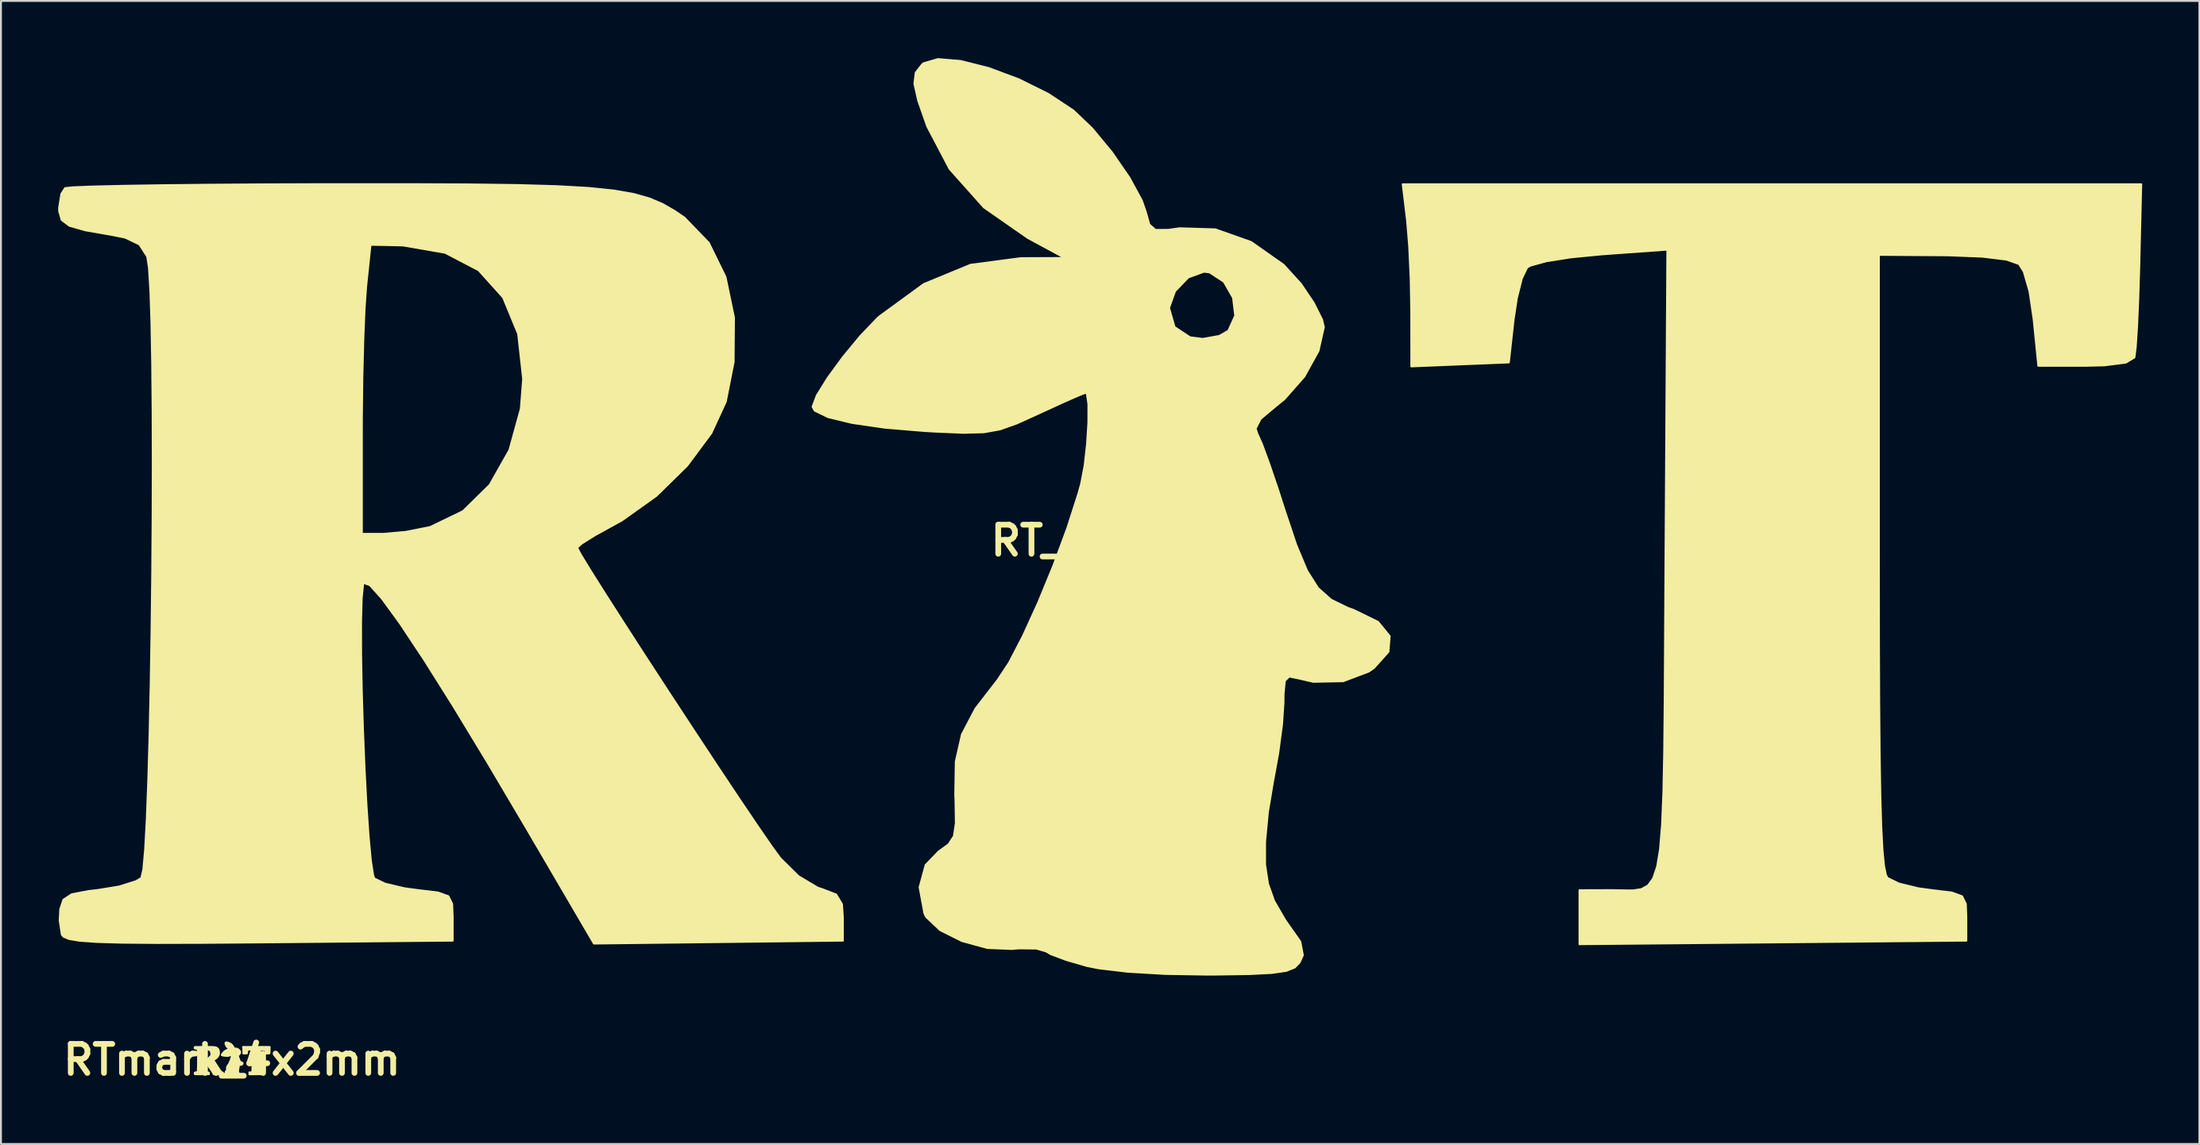
<source format=kicad_pcb>
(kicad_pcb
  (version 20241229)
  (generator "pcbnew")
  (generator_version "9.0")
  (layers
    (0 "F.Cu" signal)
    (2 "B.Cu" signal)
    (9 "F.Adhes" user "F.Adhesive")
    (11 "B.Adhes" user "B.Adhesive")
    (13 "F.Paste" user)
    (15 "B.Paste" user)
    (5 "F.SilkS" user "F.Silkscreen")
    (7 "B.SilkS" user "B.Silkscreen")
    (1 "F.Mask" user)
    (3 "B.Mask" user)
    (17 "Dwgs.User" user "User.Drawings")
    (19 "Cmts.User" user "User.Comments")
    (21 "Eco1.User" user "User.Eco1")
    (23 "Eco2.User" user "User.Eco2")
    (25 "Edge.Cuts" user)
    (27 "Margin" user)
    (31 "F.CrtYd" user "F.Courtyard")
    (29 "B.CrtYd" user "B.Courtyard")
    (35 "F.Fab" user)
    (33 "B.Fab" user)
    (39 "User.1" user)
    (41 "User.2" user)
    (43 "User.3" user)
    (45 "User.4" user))
  (footprint "RTmark_4x2mm"
    (layer "F.Cu")
    (at 9.115 52.558)
    (property "Reference" "RTmark_4x2mm" (at 0 0 0) (layer "F.SilkS") (effects (font (size 1.524 1.524) (thickness 0.3))))
    (attr through_hole)
    (fp_poly (pts (xy 1.975 -0.673) (xy 1.971 -0.518) (xy 1.969 -0.456) (xy 1.967 -0.403) (xy 1.964 -0.365) (xy 1.962 -0.346) (xy 1.962 -0.346) (xy 1.946 -0.336) (xy 1.905 -0.331) (xy 1.869 -0.33) (xy 1.781 -0.33) (xy 1.772 -0.419) (xy 1.764 -0.471) (xy 1.753 -0.508) (xy 1.744 -0.523) (xy 1.72 -0.531) (xy 1.675 -0.536) (xy 1.61 -0.539) (xy 1.602 -0.539) (xy 1.48 -0.54) (xy 1.48 0.041) (xy 1.48 0.184) (xy 1.48 0.304) (xy 1.481 0.402) (xy 1.482 0.48) (xy 1.484 0.54) (xy 1.486 0.584) (xy 1.489 0.614) (xy 1.493 0.631) (xy 1.496 0.637) (xy 1.517 0.648) (xy 1.554 0.657) (xy 1.578 0.66) (xy 1.617 0.665) (xy 1.637 0.672) (xy 1.644 0.686) (xy 1.645 0.711) (xy 1.645 0.756) (xy 1.28 0.759) (xy 0.914 0.762) (xy 0.914 0.711) (xy 0.914 0.66) (xy 0.975 0.66) (xy 0.997 0.661) (xy 1.016 0.661) (xy 1.031 0.658) (xy 1.044 0.651) (xy 1.054 0.638) (xy 1.061 0.615) (xy 1.066 0.582) (xy 1.07 0.536) (xy 1.073 0.475) (xy 1.074 0.397) (xy 1.075 0.3) (xy 1.076 0.181) (xy 1.077 0.043) (xy 1.08 -0.55) (xy 0.956 -0.541) (xy 0.898 -0.535) (xy 0.851 -0.528) (xy 0.822 -0.519) (xy 0.815 -0.516) (xy 0.806 -0.495) (xy 0.796 -0.458) (xy 0.79 -0.418) (xy 0.781 -0.337) (xy 0.689 -0.333) (xy 0.597 -0.329) (xy 0.597 -0.434) (xy 0.596 -0.494) (xy 0.593 -0.555) (xy 0.589 -0.603) (xy 0.589 -0.606) (xy 0.581 -0.673) (xy 1.278 -0.673) (xy 1.975 -0.673)) (stroke (width 0.1) (type solid)) (fill yes) (layer "F.SilkS"))
    (fp_poly (pts (xy -0.476 0.756) (xy -0.711 0.758) (xy -0.946 0.761) (xy -1.073 0.544) (xy -1.08 0.533) (xy -1.08 -0.305) (xy -1.089 -0.39) (xy -1.118 -0.459) (xy -1.164 -0.511) (xy -1.227 -0.544) (xy -1.307 -0.558) (xy -1.316 -0.558) (xy -1.368 -0.559) (xy -1.376 -0.481) (xy -1.379 -0.44) (xy -1.382 -0.38) (xy -1.383 -0.309) (xy -1.384 -0.234) (xy -1.384 -0.208) (xy -1.384 -0.013) (xy -1.343 -0.013) (xy -1.302 -0.016) (xy -1.257 -0.025) (xy -1.255 -0.026) (xy -1.193 -0.056) (xy -1.143 -0.105) (xy -1.106 -0.171) (xy -1.084 -0.249) (xy -1.08 -0.305) (xy -1.08 0.533) (xy -1.147 0.419) (xy -1.212 0.312) (xy -1.267 0.225) (xy -1.312 0.157) (xy -1.346 0.11) (xy -1.369 0.084) (xy -1.381 0.08) (xy -1.382 0.083) (xy -1.385 0.109) (xy -1.386 0.155) (xy -1.386 0.214) (xy -1.384 0.283) (xy -1.382 0.356) (xy -1.379 0.43) (xy -1.376 0.499) (xy -1.372 0.559) (xy -1.367 0.605) (xy -1.363 0.633) (xy -1.361 0.638) (xy -1.34 0.648) (xy -1.304 0.657) (xy -1.279 0.66) (xy -1.241 0.665) (xy -1.221 0.672) (xy -1.214 0.686) (xy -1.213 0.711) (xy -1.213 0.756) (xy -1.578 0.759) (xy -1.686 0.76) (xy -1.772 0.76) (xy -1.837 0.76) (xy -1.884 0.758) (xy -1.917 0.756) (xy -1.937 0.752) (xy -1.948 0.748) (xy -1.951 0.744) (xy -1.955 0.717) (xy -1.954 0.696) (xy -1.948 0.678) (xy -1.932 0.668) (xy -1.9 0.662) (xy -1.883 0.66) (xy -1.842 0.653) (xy -1.811 0.643) (xy -1.801 0.637) (xy -1.797 0.621) (xy -1.793 0.583) (xy -1.79 0.526) (xy -1.787 0.452) (xy -1.785 0.366) (xy -1.783 0.27) (xy -1.781 0.167) (xy -1.78 0.061) (xy -1.779 -0.045) (xy -1.779 -0.149) (xy -1.779 -0.247) (xy -1.78 -0.335) (xy -1.782 -0.412) (xy -1.784 -0.473) (xy -1.786 -0.516) (xy -1.79 -0.537) (xy -1.804 -0.559) (xy -1.831 -0.572) (xy -1.857 -0.578) (xy -1.906 -0.586) (xy -1.936 -0.595) (xy -1.951 -0.606) (xy -1.956 -0.622) (xy -1.956 -0.629) (xy -1.952 -0.655) (xy -1.945 -0.666) (xy -1.93 -0.667) (xy -1.892 -0.669) (xy -1.835 -0.67) (xy -1.761 -0.671) (xy -1.672 -0.672) (xy -1.573 -0.673) (xy -1.464 -0.673) (xy -1.433 -0.673) (xy -1.297 -0.673) (xy -1.184 -0.673) (xy -1.091 -0.672) (xy -1.016 -0.67) (xy -0.956 -0.666) (xy -0.909 -0.661) (xy -0.871 -0.655) (xy -0.841 -0.646) (xy -0.816 -0.636) (xy -0.793 -0.622) (xy -0.775 -0.61) (xy -0.729 -0.562) (xy -0.698 -0.498) (xy -0.682 -0.421) (xy -0.682 -0.338) (xy -0.697 -0.262) (xy -0.725 -0.203) (xy -0.77 -0.142) (xy -0.828 -0.085) (xy -0.893 -0.038) (xy -0.908 -0.03) (xy -0.944 -0.01) (xy -0.97 0.006) (xy -0.978 0.013) (xy -0.971 0.026) (xy -0.953 0.057) (xy -0.924 0.102) (xy -0.888 0.158) (xy -0.847 0.221) (xy -0.803 0.289) (xy -0.758 0.358) (xy -0.714 0.425) (xy -0.674 0.485) (xy -0.639 0.537) (xy -0.612 0.576) (xy -0.595 0.599) (xy -0.594 0.6) (xy -0.56 0.634) (xy -0.524 0.656) (xy -0.517 0.658) (xy -0.489 0.669) (xy -0.478 0.687) (xy -0.476 0.712) (xy -0.476 0.756)) (stroke (width 0.1) (type solid)) (fill yes) (layer "F.SilkS"))
    (fp_poly (pts (xy 0.556 0.18) (xy 0.554 0.21) (xy 0.526 0.24) (xy 0.517 0.247) (xy 0.468 0.266) (xy 0.412 0.267) (xy 0.384 0.26) (xy 0.366 0.257) (xy 0.358 0.265) (xy 0.356 0.29) (xy 0.356 0.306) (xy 0.353 0.347) (xy 0.346 0.401) (xy 0.336 0.457) (xy 0.335 0.457) (xy 0.326 0.513) (xy 0.321 0.569) (xy 0.321 0.612) (xy 0.321 0.612) (xy 0.326 0.648) (xy 0.338 0.681) (xy 0.359 0.717) (xy 0.387 0.757) (xy 0.392 0.783) (xy 0.386 0.797) (xy 0.377 0.806) (xy 0.361 0.813) (xy 0.334 0.817) (xy 0.29 0.819) (xy 0.264 0.819) (xy 0.264 -0.425) (xy 0.26 -0.459) (xy 0.243 -0.489) (xy 0.216 -0.507) (xy 0.205 -0.508) (xy 0.176 -0.497) (xy 0.151 -0.471) (xy 0.14 -0.44) (xy 0.14 -0.439) (xy 0.15 -0.403) (xy 0.179 -0.384) (xy 0.203 -0.381) (xy 0.234 -0.387) (xy 0.251 -0.396) (xy 0.264 -0.425) (xy 0.264 0.819) (xy 0.227 0.82) (xy 0.212 0.82) (xy 0.133 0.819) (xy 0.062 0.814) (xy 0.006 0.808) (xy -0.016 0.803) (xy -0.055 0.792) (xy -0.084 0.781) (xy -0.093 0.776) (xy -0.111 0.771) (xy -0.144 0.77) (xy -0.157 0.771) (xy -0.203 0.769) (xy -0.251 0.757) (xy -0.292 0.736) (xy -0.319 0.711) (xy -0.322 0.704) (xy -0.331 0.655) (xy -0.32 0.613) (xy -0.295 0.587) (xy -0.277 0.574) (xy -0.267 0.558) (xy -0.263 0.534) (xy -0.264 0.493) (xy -0.264 0.48) (xy -0.263 0.417) (xy -0.251 0.366) (xy -0.226 0.318) (xy -0.184 0.263) (xy -0.162 0.231) (xy -0.136 0.18) (xy -0.107 0.116) (xy -0.078 0.046) (xy -0.052 -0.024) (xy -0.031 -0.089) (xy -0.026 -0.108) (xy -0.02 -0.141) (xy -0.015 -0.182) (xy -0.013 -0.224) (xy -0.013 -0.258) (xy -0.016 -0.277) (xy -0.018 -0.279) (xy -0.031 -0.274) (xy -0.061 -0.261) (xy -0.101 -0.243) (xy -0.108 -0.239) (xy -0.148 -0.221) (xy -0.179 -0.21) (xy -0.21 -0.205) (xy -0.248 -0.204) (xy -0.301 -0.206) (xy -0.322 -0.207) (xy -0.397 -0.213) (xy -0.459 -0.222) (xy -0.504 -0.233) (xy -0.529 -0.245) (xy -0.533 -0.253) (xy -0.525 -0.274) (xy -0.505 -0.307) (xy -0.476 -0.347) (xy -0.443 -0.386) (xy -0.412 -0.419) (xy -0.407 -0.424) (xy -0.323 -0.485) (xy -0.235 -0.521) (xy -0.141 -0.534) (xy -0.14 -0.534) (xy -0.057 -0.534) (xy -0.127 -0.572) (xy -0.21 -0.63) (xy -0.275 -0.702) (xy -0.317 -0.783) (xy -0.334 -0.832) (xy -0.341 -0.863) (xy -0.339 -0.884) (xy -0.327 -0.899) (xy -0.324 -0.902) (xy -0.297 -0.91) (xy -0.254 -0.906) (xy -0.201 -0.893) (xy -0.144 -0.871) (xy -0.089 -0.844) (xy -0.041 -0.812) (xy -0.006 -0.779) (xy 0.031 -0.734) (xy 0.064 -0.686) (xy 0.088 -0.643) (xy 0.096 -0.621) (xy 0.102 -0.597) (xy 0.114 -0.587) (xy 0.138 -0.587) (xy 0.159 -0.59) (xy 0.227 -0.588) (xy 0.294 -0.564) (xy 0.356 -0.521) (xy 0.388 -0.485) (xy 0.412 -0.449) (xy 0.428 -0.418) (xy 0.432 -0.403) (xy 0.422 -0.358) (xy 0.395 -0.31) (xy 0.357 -0.267) (xy 0.342 -0.255) (xy 0.312 -0.23) (xy 0.303 -0.212) (xy 0.306 -0.202) (xy 0.315 -0.183) (xy 0.328 -0.145) (xy 0.345 -0.096) (xy 0.357 -0.061) (xy 0.38 0.008) (xy 0.4 0.057) (xy 0.421 0.09) (xy 0.445 0.112) (xy 0.477 0.127) (xy 0.488 0.131) (xy 0.534 0.154) (xy 0.556 0.18)) (stroke (width 0.1) (type solid)) (fill yes) (layer "F.SilkS")))
  (footprint "RT_mark2"
    (layer "F.Cu")
    (at 54.378 25.316)
    (property "Reference" "RT_mark2" (at 0 0 0) (layer "F.SilkS") (effects (font (size 1.524 1.524) (thickness 0.3))))
    (attr through_hole)
    (fp_poly (pts (xy 54.857 -18.698) (xy 54.754 -14.376) (xy 54.702 -12.672) (xy 54.637 -11.208) (xy 54.568 -10.138) (xy 54.501 -9.617) (xy 54.5 -9.613) (xy 54.05 -9.339) (xy 52.925 -9.196) (xy 51.905 -9.172) (xy 49.46 -9.172) (xy 49.214 -11.627) (xy 48.997 -13.08) (xy 48.698 -14.113) (xy 48.445 -14.515) (xy 47.792 -14.744) (xy 46.523 -14.899) (xy 44.729 -14.969) (xy 44.511 -14.971) (xy 41.099 -14.993) (xy 41.099 1.129) (xy 41.103 5.111) (xy 41.116 8.439) (xy 41.14 11.165) (xy 41.175 13.338) (xy 41.224 15.011) (xy 41.288 16.235) (xy 41.368 17.061) (xy 41.465 17.54) (xy 41.548 17.701) (xy 42.141 17.992) (xy 43.16 18.241) (xy 43.841 18.335) (xy 44.913 18.464) (xy 45.46 18.66) (xy 45.658 19.06) (xy 45.685 19.756) (xy 45.685 20.99) (xy 35.542 21.084) (xy 25.4 21.177) (xy 25.4 19.761) (xy 25.4 18.344) (xy 27.076 18.339) (xy 27.701 18.351) (xy 28.224 18.353) (xy 28.652 18.286) (xy 28.997 18.093) (xy 29.268 17.716) (xy 29.474 17.096) (xy 29.625 16.175) (xy 29.73 14.896) (xy 29.799 13.2) (xy 29.842 11.03) (xy 29.868 8.326) (xy 29.887 5.032) (xy 29.908 1.199) (xy 30.007 -15.268) (xy 26.557 -15.019) (xy 24.943 -14.862) (xy 23.647 -14.656) (xy 22.825 -14.428) (xy 22.651 -14.326) (xy 22.377 -13.758) (xy 22.116 -12.725) (xy 21.946 -11.614) (xy 21.696 -9.349) (xy 19.138 -9.245) (xy 16.581 -9.141) (xy 16.577 -12.067) (xy 16.547 -13.736) (xy 16.471 -15.406) (xy 16.364 -16.741) (xy 16.352 -16.845) (xy 16.13 -18.697) (xy 35.493 -18.698) (xy 54.857 -18.698)) (stroke (width 0.1) (type solid)) (fill yes) (layer "F.SilkS"))
    (fp_poly (pts (xy -13.229 20.99) (xy -19.756 21.067) (xy -26.282 21.143) (xy -29.81 15.113) (xy -29.994 14.802) (xy -29.994 -8.48) (xy -30.256 -10.846) (xy -31.043 -12.757) (xy -32.328 -14.186) (xy -34.087 -15.105) (xy -36.295 -15.488) (xy -36.55 -15.495) (xy -37.999 -15.522) (xy -38.226 -13.354) (xy -38.308 -12.21) (xy -38.376 -10.555) (xy -38.426 -8.582) (xy -38.451 -6.487) (xy -38.453 -5.769) (xy -38.453 -0.353) (xy -37.306 -0.355) (xy -36.154 -0.457) (xy -34.92 -0.701) (xy -34.851 -0.72) (xy -33.15 -1.543) (xy -31.748 -2.923) (xy -30.714 -4.751) (xy -30.116 -6.917) (xy -29.994 -8.48) (xy -29.994 14.802) (xy -31.87 11.629) (xy -33.669 8.664) (xy -35.196 6.236) (xy -36.439 4.362) (xy -37.387 3.057) (xy -38.03 2.338) (xy -38.356 2.221) (xy -38.388 2.293) (xy -38.462 3.038) (xy -38.495 4.298) (xy -38.492 5.946) (xy -38.457 7.853) (xy -38.395 9.892) (xy -38.312 11.934) (xy -38.212 13.85) (xy -38.1 15.514) (xy -37.98 16.797) (xy -37.859 17.571) (xy -37.795 17.732) (xy -37.222 18.005) (xy -36.218 18.242) (xy -35.534 18.335) (xy -34.462 18.464) (xy -33.915 18.66) (xy -33.717 19.06) (xy -33.69 19.756) (xy -33.69 20.99) (xy -43.842 21.084) (xy -46.842 21.107) (xy -49.21 21.113) (xy -51.018 21.098) (xy -52.338 21.06) (xy -53.244 20.996) (xy -53.808 20.903) (xy -54.103 20.777) (xy -54.188 20.669) (xy -54.298 19.921) (xy -54.267 19.34) (xy -54.104 18.844) (xy -53.669 18.558) (xy -52.78 18.387) (xy -52.308 18.335) (xy -51.17 18.148) (xy -50.294 17.872) (xy -50.015 17.701) (xy -49.912 17.257) (xy -49.817 16.194) (xy -49.73 14.6) (xy -49.652 12.561) (xy -49.584 10.165) (xy -49.526 7.498) (xy -49.48 4.648) (xy -49.446 1.701) (xy -49.425 -1.256) (xy -49.417 -4.135) (xy -49.425 -6.85) (xy -49.448 -9.313) (xy -49.487 -11.438) (xy -49.543 -13.137) (xy -49.618 -14.324) (xy -49.709 -14.908) (xy -50.115 -15.539) (xy -50.864 -15.9) (xy -51.572 -16.042) (xy -52.958 -16.283) (xy -53.785 -16.519) (xy -54.192 -16.824) (xy -54.322 -17.27) (xy -54.328 -17.465) (xy -54.21 -18.192) (xy -54.015 -18.496) (xy -53.604 -18.539) (xy -52.565 -18.579) (xy -50.976 -18.616) (xy -48.914 -18.648) (xy -46.456 -18.674) (xy -43.681 -18.693) (xy -40.666 -18.703) (xy -39.816 -18.704) (xy -36.038 -18.704) (xy -32.894 -18.691) (xy -30.313 -18.658) (xy -28.225 -18.598) (xy -26.557 -18.504) (xy -25.239 -18.369) (xy -24.199 -18.187) (xy -23.366 -17.951) (xy -22.669 -17.653) (xy -22.037 -17.287) (xy -21.537 -16.946) (xy -20.26 -15.623) (xy -19.384 -13.833) (xy -18.94 -11.708) (xy -18.956 -9.38) (xy -19.369 -7.289) (xy -20.13 -5.637) (xy -21.397 -3.931) (xy -23.009 -2.349) (xy -24.804 -1.069) (xy -25.215 -0.841) (xy -26.23 -0.282) (xy -26.934 0.161) (xy -27.163 0.372) (xy -26.978 0.727) (xy -26.461 1.574) (xy -25.675 2.822) (xy -24.68 4.376) (xy -23.538 6.144) (xy -22.308 8.031) (xy -21.053 9.945) (xy -19.833 11.793) (xy -18.71 13.48) (xy -17.744 14.913) (xy -16.996 15.999) (xy -16.528 16.646) (xy -16.512 16.666) (xy -15.559 17.608) (xy -14.545 18.212) (xy -14.348 18.276) (xy -13.579 18.57) (xy -13.275 19.08) (xy -13.229 19.778) (xy -13.229 20.99)) (stroke (width 0.1) (type solid)) (fill yes) (layer "F.SilkS"))
    (fp_poly (pts (xy 15.446 5.013) (xy 15.38 5.834) (xy 14.625 6.677) (xy 14.352 6.869) (xy 13.007 7.378) (xy 11.441 7.409) (xy 10.672 7.232) (xy 10.179 7.13) (xy 9.948 7.355) (xy 9.881 8.064) (xy 9.877 8.514) (xy 9.801 9.647) (xy 9.602 11.144) (xy 9.322 12.683) (xy 9.318 12.7) (xy 9.058 14.259) (xy 8.912 15.804) (xy 8.912 17) (xy 8.912 17.001) (xy 9.066 18.012) (xy 9.385 18.911) (xy 9.973 19.925) (xy 10.758 21.04) (xy 10.894 21.754) (xy 10.719 22.137) (xy 10.469 22.397) (xy 10.025 22.575) (xy 9.265 22.686) (xy 8.068 22.746) (xy 7.346 22.756) (xy 7.346 -11.799) (xy 7.234 -12.742) (xy 6.753 -13.583) (xy 6.008 -14.071) (xy 5.706 -14.111) (xy 4.885 -13.81) (xy 4.191 -13.091) (xy 3.881 -12.226) (xy 3.881 -12.187) (xy 4.165 -11.205) (xy 4.976 -10.668) (xy 5.644 -10.583) (xy 6.505 -10.737) (xy 6.985 -11.007) (xy 7.346 -11.799) (xy 7.346 22.756) (xy 6.313 22.771) (xy 5.877 22.773) (xy 3.682 22.738) (xy 1.714 22.622) (xy 0.161 22.438) (xy -0.432 22.318) (xy -1.523 22.001) (xy -2.326 21.699) (xy -2.579 21.551) (xy -3.084 21.407) (xy -3.998 21.396) (xy -4.372 21.428) (xy -5.647 21.375) (xy -6.975 21.015) (xy -8.123 20.442) (xy -8.858 19.751) (xy -8.952 19.565) (xy -9.205 18.188) (xy -8.888 17.02) (xy -8.202 16.311) (xy -7.686 15.938) (xy -7.406 15.509) (xy -7.304 14.824) (xy -7.321 13.683) (xy -7.336 13.33) (xy -7.307 11.593) (xy -6.984 10.172) (xy -6.277 8.821) (xy -5.108 7.309) (xy -4.511 6.406) (xy -3.777 4.992) (xy -2.976 3.233) (xy -2.179 1.291) (xy -1.454 -0.668) (xy -0.873 -2.48) (xy -0.729 -2.999) (xy -0.553 -3.922) (xy -0.424 -5.062) (xy -0.354 -6.21) (xy -0.353 -7.16) (xy -0.432 -7.704) (xy -0.49 -7.761) (xy -0.852 -7.622) (xy -1.683 -7.256) (xy -2.814 -6.737) (xy -2.997 -6.652) (xy -4.107 -6.149) (xy -4.98 -5.838) (xy -5.835 -5.684) (xy -6.888 -5.655) (xy -8.359 -5.717) (xy -8.946 -5.751) (xy -11.03 -5.926) (xy -12.747 -6.175) (xy -14.003 -6.48) (xy -14.703 -6.819) (xy -14.817 -7.021) (xy -14.596 -7.61) (xy -14.02 -8.54) (xy -13.216 -9.638) (xy -12.311 -10.733) (xy -11.433 -11.65) (xy -11.309 -11.764) (xy -8.985 -13.46) (xy -6.531 -14.473) (xy -3.908 -14.819) (xy -3.881 -14.82) (xy -1.587 -14.829) (xy -3.528 -15.88) (xy -5.833 -17.486) (xy -7.632 -19.505) (xy -8.805 -21.738) (xy -9.281 -23.099) (xy -9.479 -23.982) (xy -9.408 -24.552) (xy -9.077 -24.977) (xy -9 -25.044) (xy -8.245 -25.266) (xy -7.053 -25.166) (xy -5.584 -24.795) (xy -4.001 -24.204) (xy -2.465 -23.443) (xy -1.14 -22.567) (xy -0.157 -21.627) (xy 0.872 -20.383) (xy 1.791 -19.051) (xy 2.446 -17.848) (xy 2.653 -17.254) (xy 2.843 -16.581) (xy 3.165 -16.301) (xy 3.84 -16.306) (xy 4.425 -16.388) (xy 6.304 -16.332) (xy 8.179 -15.667) (xy 9.878 -14.472) (xy 10.785 -13.477) (xy 11.458 -12.479) (xy 11.897 -11.602) (xy 11.994 -11.203) (xy 11.714 -9.957) (xy 10.972 -8.613) (xy 9.923 -7.421) (xy 9.496 -7.075) (xy 8.673 -6.385) (xy 8.416 -5.879) (xy 8.501 -5.616) (xy 8.741 -5.08) (xy 9.125 -4.04) (xy 9.591 -2.665) (xy 9.906 -1.684) (xy 10.544 0.226) (xy 11.109 1.576) (xy 11.689 2.492) (xy 12.371 3.1) (xy 13.241 3.527) (xy 13.561 3.641) (xy 14.835 4.265) (xy 15.446 5.013)) (stroke (width 0.1) (type solid)) (fill yes) (layer "F.SilkS")))
  (gr_rect
    (start -3 -3)
    (end 112.285 56.976)
    (stroke (width 0.1) (type default))
    (fill no)
    (layer "Edge.Cuts")))
</source>
